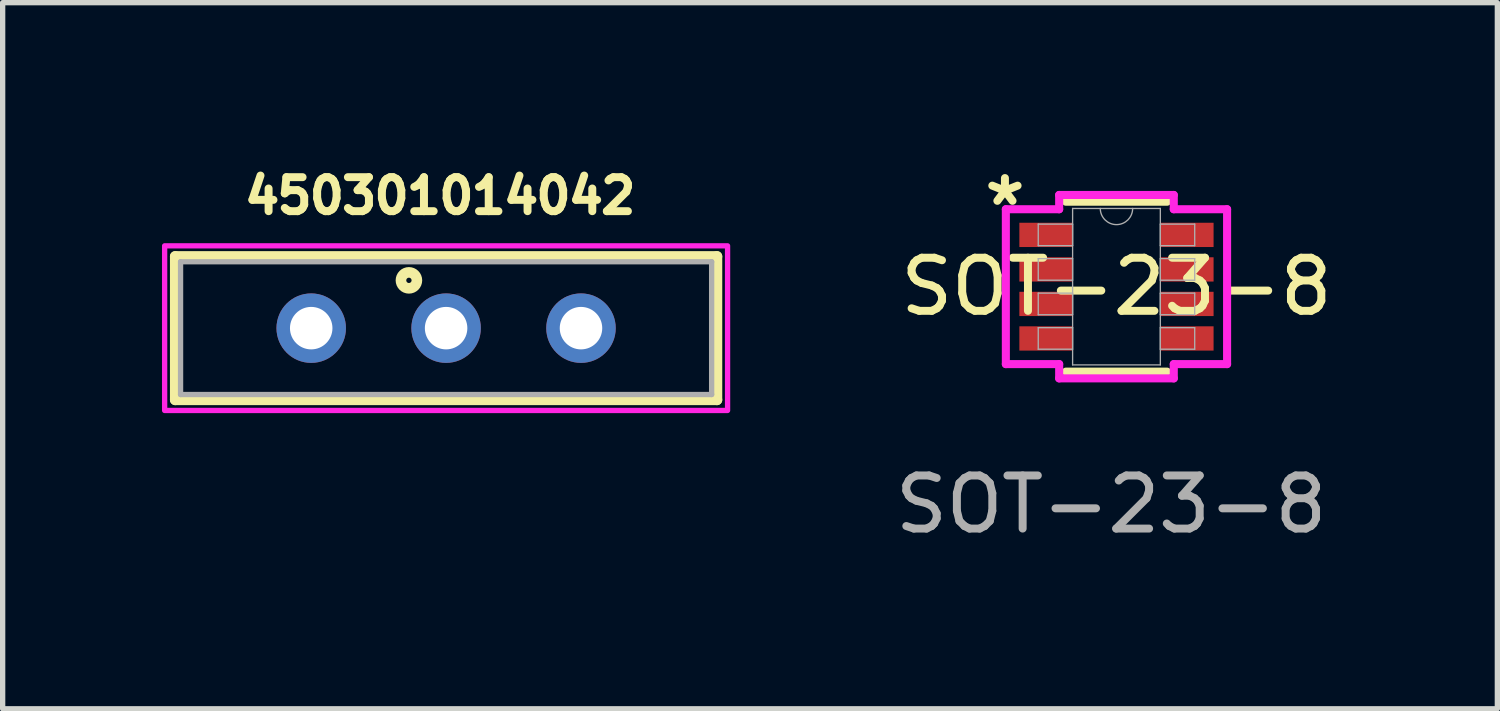
<source format=kicad_pcb>
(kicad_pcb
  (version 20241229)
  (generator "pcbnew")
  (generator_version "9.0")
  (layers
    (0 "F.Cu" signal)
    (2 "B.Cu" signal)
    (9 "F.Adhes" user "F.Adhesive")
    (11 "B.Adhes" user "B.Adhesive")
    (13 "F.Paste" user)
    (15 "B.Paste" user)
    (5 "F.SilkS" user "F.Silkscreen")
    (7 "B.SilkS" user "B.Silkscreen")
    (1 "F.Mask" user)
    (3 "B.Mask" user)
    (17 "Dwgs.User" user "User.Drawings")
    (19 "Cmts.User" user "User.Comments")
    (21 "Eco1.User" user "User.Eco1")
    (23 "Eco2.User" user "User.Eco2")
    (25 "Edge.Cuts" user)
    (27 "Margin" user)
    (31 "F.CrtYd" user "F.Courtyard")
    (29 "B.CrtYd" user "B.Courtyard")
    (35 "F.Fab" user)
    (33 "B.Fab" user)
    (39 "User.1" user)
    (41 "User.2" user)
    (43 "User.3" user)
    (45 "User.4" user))
  (footprint "450301014042"
    (layer "F.Cu")
    (at 5.35 3.129)
    (property "Reference" "450301014042" (at -0.112 -2.491 0) (layer "F.SilkS") (effects (font (size 0.64 0.64) (thickness 0.15))))
    (attr through_hole)
    (fp_line (start -5.1 -1.35) (end 5.1 -1.35) (stroke (width 0.2) (type solid)) (layer "F.SilkS"))
    (fp_line (start -5.1 1.35) (end -5.1 -1.35) (stroke (width 0.2) (type solid)) (layer "F.SilkS"))
    (fp_line (start 5.1 -1.35) (end 5.1 1.35) (stroke (width 0.2) (type solid)) (layer "F.SilkS"))
    (fp_line (start 5.1 1.35) (end -5.1 1.35) (stroke (width 0.2) (type solid)) (layer "F.SilkS"))
    (fp_circle (center -0.7 -0.9) (end -0.65 -0.9) (stroke (width 0.2) (type solid)) (fill no) (layer "F.SilkS"))
    (fp_poly (pts (xy -5.3 -1.55) (xy 5.3 -1.55) (xy 5.3 1.55) (xy -5.3 1.55)) (stroke (width 0.1) (type solid)) (fill no) (layer "F.CrtYd"))
    (fp_line (start -5 -1.25) (end -5 1.25) (stroke (width 0.1) (type solid)) (layer "F.Fab"))
    (fp_line (start -5 1.25) (end 5 1.25) (stroke (width 0.1) (type solid)) (layer "F.Fab"))
    (fp_line (start 5 -1.25) (end -5 -1.25) (stroke (width 0.1) (type solid)) (layer "F.Fab"))
    (fp_line (start 5 1.25) (end 5 -1.25) (stroke (width 0.1) (type solid)) (layer "F.Fab"))
    (pad "1" thru_hole circle (at 0 0) (size 1.308 1.308) (drill 0.8) (layers "*.Cu" "*.Mask"))
    (pad "2" thru_hole circle (at -2.54 0) (size 1.308 1.308) (drill 0.8) (layers "*.Cu" "*.Mask"))
    (pad "3" thru_hole circle (at 2.54 0) (size 1.308 1.308) (drill 0.8) (layers "*.Cu" "*.Mask")))
  (footprint "SOT-23-8"
    (layer "F.Cu")
    (at 17.973 2.348)
    (property "Reference" "SOT-23-8" (at 0 0 0) (unlocked yes) (layer "F.SilkS") (effects (font (size 1 1) (thickness 0.15))))
    (attr smd)
    (fp_line (start -0.953 1.6) (end 0.953 1.6) (stroke (width 0.152) (type solid)) (layer "F.SilkS"))
    (fp_line (start 0.953 -1.6) (end -0.953 -1.6) (stroke (width 0.152) (type solid)) (layer "F.SilkS"))
    (fp_line (start -2.083 -1.458) (end -1.079 -1.458) (stroke (width 0.152) (type solid)) (layer "F.CrtYd"))
    (fp_line (start -2.083 1.458) (end -2.083 -1.458) (stroke (width 0.152) (type solid)) (layer "F.CrtYd"))
    (fp_line (start -2.083 1.458) (end -1.079 1.458) (stroke (width 0.152) (type solid)) (layer "F.CrtYd"))
    (fp_line (start -1.079 -1.727) (end 1.079 -1.727) (stroke (width 0.152) (type solid)) (layer "F.CrtYd"))
    (fp_line (start -1.079 -1.458) (end -1.079 -1.727) (stroke (width 0.152) (type solid)) (layer "F.CrtYd"))
    (fp_line (start -1.079 1.727) (end -1.079 1.458) (stroke (width 0.152) (type solid)) (layer "F.CrtYd"))
    (fp_line (start 1.079 -1.727) (end 1.079 -1.458) (stroke (width 0.152) (type solid)) (layer "F.CrtYd"))
    (fp_line (start 1.079 1.458) (end 1.079 1.727) (stroke (width 0.152) (type solid)) (layer "F.CrtYd"))
    (fp_line (start 1.079 1.727) (end -1.079 1.727) (stroke (width 0.152) (type solid)) (layer "F.CrtYd"))
    (fp_line (start 2.083 -1.458) (end 1.079 -1.458) (stroke (width 0.152) (type solid)) (layer "F.CrtYd"))
    (fp_line (start 2.083 -1.458) (end 2.083 1.458) (stroke (width 0.152) (type solid)) (layer "F.CrtYd"))
    (fp_line (start 2.083 1.458) (end 1.079 1.458) (stroke (width 0.152) (type solid)) (layer "F.CrtYd"))
    (fp_line (start -1.473 -1.178) (end -1.473 -0.772) (stroke (width 0.025) (type solid)) (layer "F.Fab"))
    (fp_line (start -1.473 -0.772) (end -0.826 -0.772) (stroke (width 0.025) (type solid)) (layer "F.Fab"))
    (fp_line (start -1.473 -0.528) (end -1.473 -0.122) (stroke (width 0.025) (type solid)) (layer "F.Fab"))
    (fp_line (start -1.473 -0.122) (end -0.826 -0.122) (stroke (width 0.025) (type solid)) (layer "F.Fab"))
    (fp_line (start -1.473 0.122) (end -1.473 0.528) (stroke (width 0.025) (type solid)) (layer "F.Fab"))
    (fp_line (start -1.473 0.528) (end -0.826 0.528) (stroke (width 0.025) (type solid)) (layer "F.Fab"))
    (fp_line (start -1.473 0.772) (end -1.473 1.178) (stroke (width 0.025) (type solid)) (layer "F.Fab"))
    (fp_line (start -1.473 1.178) (end -0.826 1.178) (stroke (width 0.025) (type solid)) (layer "F.Fab"))
    (fp_line (start -0.826 -1.473) (end -0.826 1.473) (stroke (width 0.025) (type solid)) (layer "F.Fab"))
    (fp_line (start -0.826 -1.178) (end -1.473 -1.178) (stroke (width 0.025) (type solid)) (layer "F.Fab"))
    (fp_line (start -0.826 -0.772) (end -0.826 -1.178) (stroke (width 0.025) (type solid)) (layer "F.Fab"))
    (fp_line (start -0.826 -0.528) (end -1.473 -0.528) (stroke (width 0.025) (type solid)) (layer "F.Fab"))
    (fp_line (start -0.826 -0.122) (end -0.826 -0.528) (stroke (width 0.025) (type solid)) (layer "F.Fab"))
    (fp_line (start -0.826 0.122) (end -1.473 0.122) (stroke (width 0.025) (type solid)) (layer "F.Fab"))
    (fp_line (start -0.826 0.528) (end -0.826 0.122) (stroke (width 0.025) (type solid)) (layer "F.Fab"))
    (fp_line (start -0.826 0.772) (end -1.473 0.772) (stroke (width 0.025) (type solid)) (layer "F.Fab"))
    (fp_line (start -0.826 1.178) (end -0.826 0.772) (stroke (width 0.025) (type solid)) (layer "F.Fab"))
    (fp_line (start -0.826 1.473) (end 0.826 1.473) (stroke (width 0.025) (type solid)) (layer "F.Fab"))
    (fp_line (start 0.826 -1.473) (end -0.826 -1.473) (stroke (width 0.025) (type solid)) (layer "F.Fab"))
    (fp_line (start 0.826 -1.178) (end 0.826 -0.772) (stroke (width 0.025) (type solid)) (layer "F.Fab"))
    (fp_line (start 0.826 -0.772) (end 1.473 -0.772) (stroke (width 0.025) (type solid)) (layer "F.Fab"))
    (fp_line (start 0.826 -0.528) (end 0.826 -0.122) (stroke (width 0.025) (type solid)) (layer "F.Fab"))
    (fp_line (start 0.826 -0.122) (end 1.473 -0.122) (stroke (width 0.025) (type solid)) (layer "F.Fab"))
    (fp_line (start 0.826 0.122) (end 0.826 0.528) (stroke (width 0.025) (type solid)) (layer "F.Fab"))
    (fp_line (start 0.826 0.528) (end 1.473 0.528) (stroke (width 0.025) (type solid)) (layer "F.Fab"))
    (fp_line (start 0.826 0.772) (end 0.826 1.178) (stroke (width 0.025) (type solid)) (layer "F.Fab"))
    (fp_line (start 0.826 1.178) (end 1.473 1.178) (stroke (width 0.025) (type solid)) (layer "F.Fab"))
    (fp_line (start 0.826 1.473) (end 0.826 -1.473) (stroke (width 0.025) (type solid)) (layer "F.Fab"))
    (fp_line (start 1.473 -1.178) (end 0.826 -1.178) (stroke (width 0.025) (type solid)) (layer "F.Fab"))
    (fp_line (start 1.473 -0.772) (end 1.473 -1.178) (stroke (width 0.025) (type solid)) (layer "F.Fab"))
    (fp_line (start 1.473 -0.528) (end 0.826 -0.528) (stroke (width 0.025) (type solid)) (layer "F.Fab"))
    (fp_line (start 1.473 -0.122) (end 1.473 -0.528) (stroke (width 0.025) (type solid)) (layer "F.Fab"))
    (fp_line (start 1.473 0.122) (end 0.826 0.122) (stroke (width 0.025) (type solid)) (layer "F.Fab"))
    (fp_line (start 1.473 0.528) (end 1.473 0.122) (stroke (width 0.025) (type solid)) (layer "F.Fab"))
    (fp_line (start 1.473 0.772) (end 0.826 0.772) (stroke (width 0.025) (type solid)) (layer "F.Fab"))
    (fp_line (start 1.473 1.178) (end 1.473 0.772) (stroke (width 0.025) (type solid)) (layer "F.Fab"))
    (fp_arc (start 0.3048 -1.4732) (mid 0 -1.1684) (end -0.3048 -1.4732) (stroke (width 0.0254) (type solid)) (layer "F.Fab"))
    (fp_text user "*" (at -2.1 -1.5 0) (unlocked yes) (layer "F.SilkS") (effects (font (size 1 1) (thickness 0.15))))
    (fp_text user "${REFERENCE}" (at -0.1 4.1 0) (unlocked yes) (layer "F.Fab") (effects (font (size 1 1) (thickness 0.15))))
    (pad "1" smd rect (at -1.327 -0.975) (size 1.003 0.457) (layers "F.Cu" "F.Mask" "F.Paste"))
    (pad "2" smd rect (at -1.327 -0.325) (size 1.003 0.457) (layers "F.Cu" "F.Mask" "F.Paste"))
    (pad "3" smd rect (at -1.327 0.325) (size 1.003 0.457) (layers "F.Cu" "F.Mask" "F.Paste"))
    (pad "4" smd rect (at -1.327 0.975) (size 1.003 0.457) (layers "F.Cu" "F.Mask" "F.Paste"))
    (pad "5" smd rect (at 1.327 0.975) (size 1.003 0.457) (layers "F.Cu" "F.Mask" "F.Paste"))
    (pad "6" smd rect (at 1.327 0.325) (size 1.003 0.457) (layers "F.Cu" "F.Mask" "F.Paste"))
    (pad "7" smd rect (at 1.327 -0.325) (size 1.003 0.457) (layers "F.Cu" "F.Mask" "F.Paste"))
    (pad "8" smd rect (at 1.327 -0.975) (size 1.003 0.457) (layers "F.Cu" "F.Mask" "F.Paste")))
  (gr_rect
    (start -3 -3)
    (end 25.145 10.296)
    (stroke (width 0.1) (type default))
    (fill no)
    (layer "Edge.Cuts")))
</source>
